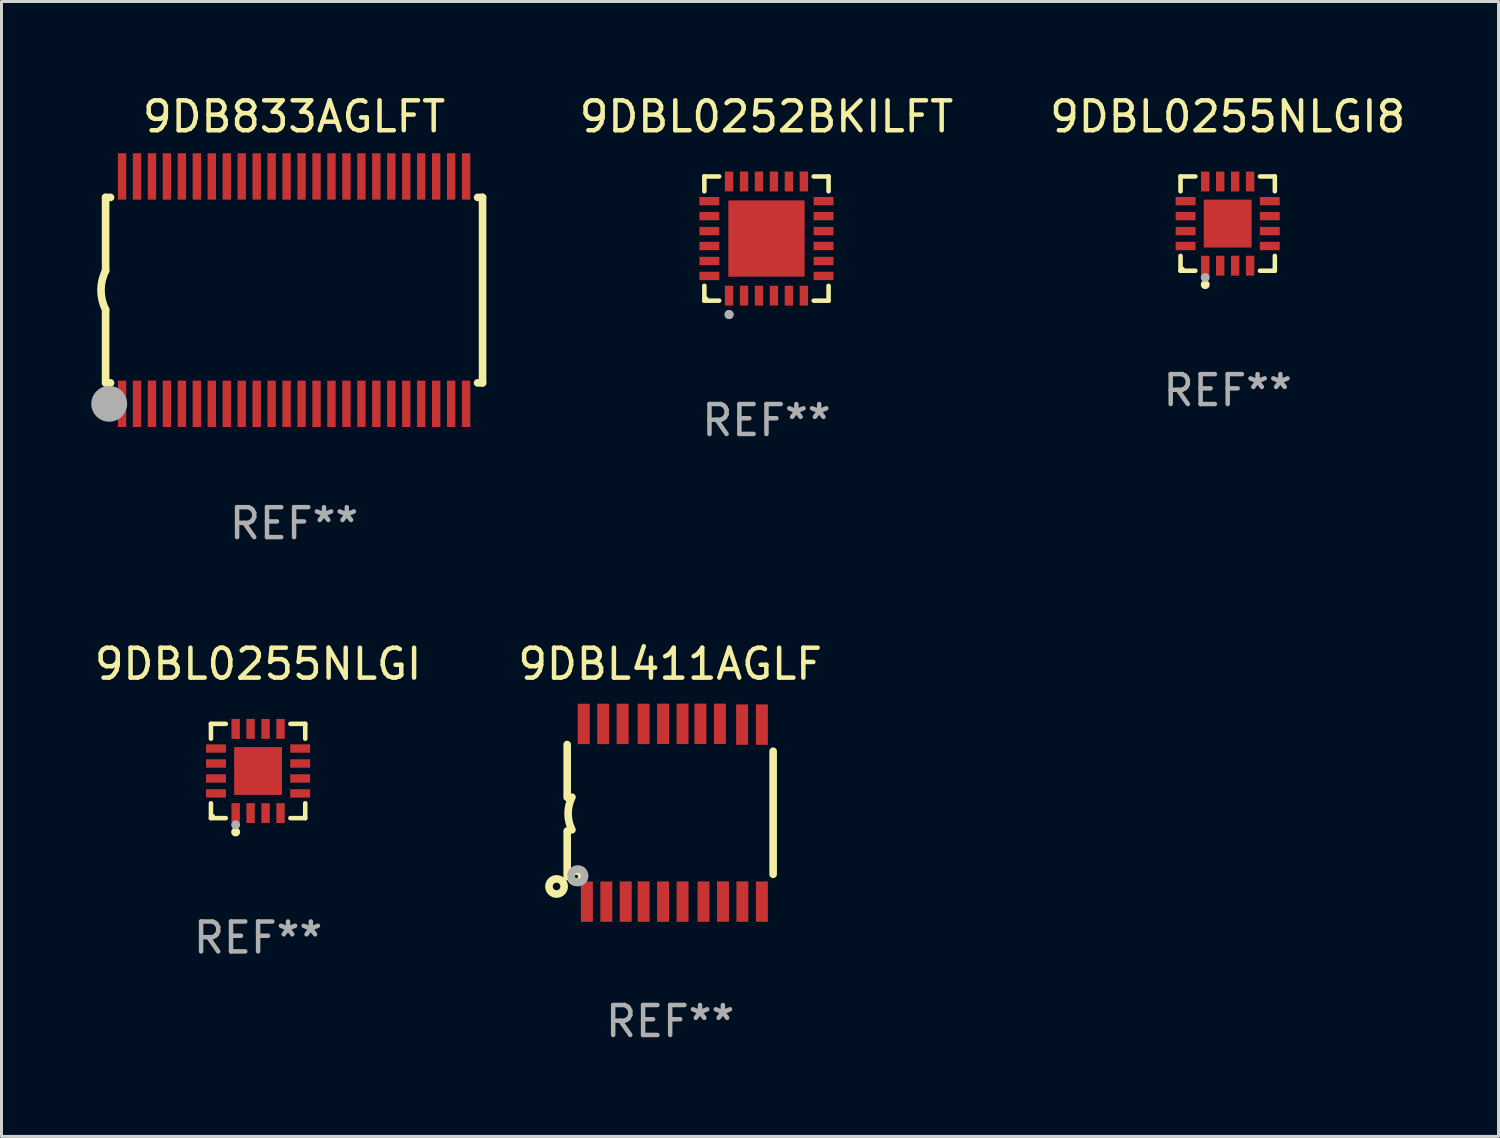
<source format=kicad_pcb>
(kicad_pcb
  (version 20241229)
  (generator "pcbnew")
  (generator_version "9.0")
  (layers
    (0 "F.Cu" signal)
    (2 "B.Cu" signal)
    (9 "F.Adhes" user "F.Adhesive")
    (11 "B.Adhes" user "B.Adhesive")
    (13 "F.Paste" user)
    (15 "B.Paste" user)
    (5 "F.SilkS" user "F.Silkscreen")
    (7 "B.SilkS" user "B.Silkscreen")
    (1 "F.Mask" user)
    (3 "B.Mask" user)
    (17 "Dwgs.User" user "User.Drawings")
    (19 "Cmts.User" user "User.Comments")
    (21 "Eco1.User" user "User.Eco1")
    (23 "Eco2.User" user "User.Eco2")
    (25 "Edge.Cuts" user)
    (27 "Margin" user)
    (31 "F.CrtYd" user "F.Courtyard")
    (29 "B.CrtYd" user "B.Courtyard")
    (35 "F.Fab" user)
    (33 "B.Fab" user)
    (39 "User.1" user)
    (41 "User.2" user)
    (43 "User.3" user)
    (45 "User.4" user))
  (footprint "9DBL0255NLGI8"
    (layer "F.Cu")
    (at 37.987 4.424)
    (property "Reference" "9DBL0255NLGI8" (at 0 -3.576 0) (layer "F.SilkS") (effects (font (size 1 1) (thickness 0.15))))
    (attr through_hole)
    (fp_line (start -1.576 -1.576) (end -1.08 -1.576) (stroke (width 0.152) (type solid)) (layer "F.SilkS"))
    (fp_line (start -1.576 -1.08) (end -1.576 -1.576) (stroke (width 0.152) (type solid)) (layer "F.SilkS"))
    (fp_line (start -1.576 1.08) (end -1.576 1.576) (stroke (width 0.152) (type solid)) (layer "F.SilkS"))
    (fp_line (start -1.576 1.576) (end -1.08 1.576) (stroke (width 0.152) (type solid)) (layer "F.SilkS"))
    (fp_line (start 1.576 -1.576) (end 1.08 -1.576) (stroke (width 0.152) (type solid)) (layer "F.SilkS"))
    (fp_line (start 1.576 -1.08) (end 1.576 -1.576) (stroke (width 0.152) (type solid)) (layer "F.SilkS"))
    (fp_line (start 1.576 1.08) (end 1.576 1.576) (stroke (width 0.152) (type solid)) (layer "F.SilkS"))
    (fp_line (start 1.576 1.576) (end 1.08 1.576) (stroke (width 0.152) (type solid)) (layer "F.SilkS"))
    (fp_circle (center -1.5 1.5) (end -1.47 1.5) (stroke (width 0.06) (type solid)) (fill no) (layer "F.SilkS"))
    (fp_circle (center -0.75 2.04) (end -0.675 2.04) (stroke (width 0.15) (type solid)) (fill no) (layer "F.SilkS"))
    (fp_circle (center -0.75 1.8) (end -0.675 1.8) (stroke (width 0.15) (type solid)) (fill no) (layer "F.Fab"))
    (fp_text user "REF**" (at 0 5.576 0) (layer "F.Fab") (effects (font (size 1 1) (thickness 0.15))))
    (pad "1" smd rect (at -0.75 1.407) (size 0.28 0.665) (layers "F.Cu" "F.Mask" "F.Paste"))
    (pad "2" smd rect (at -0.25 1.407) (size 0.28 0.665) (layers "F.Cu" "F.Mask" "F.Paste"))
    (pad "3" smd rect (at 0.25 1.407) (size 0.28 0.665) (layers "F.Cu" "F.Mask" "F.Paste"))
    (pad "4" smd rect (at 0.75 1.407) (size 0.28 0.665) (layers "F.Cu" "F.Mask" "F.Paste"))
    (pad "5" smd rect (at 1.407 0.75) (size 0.665 0.28) (layers "F.Cu" "F.Mask" "F.Paste"))
    (pad "6" smd rect (at 1.407 0.25) (size 0.665 0.28) (layers "F.Cu" "F.Mask" "F.Paste"))
    (pad "7" smd rect (at 1.407 -0.25) (size 0.665 0.28) (layers "F.Cu" "F.Mask" "F.Paste"))
    (pad "8" smd rect (at 1.407 -0.75) (size 0.665 0.28) (layers "F.Cu" "F.Mask" "F.Paste"))
    (pad "9" smd rect (at 0.75 -1.407) (size 0.28 0.665) (layers "F.Cu" "F.Mask" "F.Paste"))
    (pad "10" smd rect (at 0.25 -1.407) (size 0.28 0.665) (layers "F.Cu" "F.Mask" "F.Paste"))
    (pad "11" smd rect (at -0.25 -1.407) (size 0.28 0.665) (layers "F.Cu" "F.Mask" "F.Paste"))
    (pad "12" smd rect (at -0.75 -1.407) (size 0.28 0.665) (layers "F.Cu" "F.Mask" "F.Paste"))
    (pad "13" smd rect (at -1.407 -0.75) (size 0.665 0.28) (layers "F.Cu" "F.Mask" "F.Paste"))
    (pad "14" smd rect (at -1.407 -0.25) (size 0.665 0.28) (layers "F.Cu" "F.Mask" "F.Paste"))
    (pad "15" smd rect (at -1.407 0.25) (size 0.665 0.28) (layers "F.Cu" "F.Mask" "F.Paste"))
    (pad "16" smd rect (at -1.407 0.75) (size 0.665 0.28) (layers "F.Cu" "F.Mask" "F.Paste"))
    (pad "17" smd rect (at 0 0) (size 1.6 1.6) (layers "F.Cu" "F.Mask" "F.Paste")))
  (footprint "9DBL411AGLF"
    (layer "F.Cu")
    (at 19.351 24.117)
    (property "Reference" "9DBL411AGLF" (at 0 -4.972 0) (layer "F.SilkS") (effects (font (size 1 1) (thickness 0.15))))
    (attr through_hole)
    (fp_line (start -3.442 -0.514) (end -3.442 -2.28) (stroke (width 0.254) (type solid)) (layer "F.SilkS"))
    (fp_line (start -3.442 0.61) (end -3.442 2.134) (stroke (width 0.254) (type solid)) (layer "F.SilkS"))
    (fp_line (start 3.442 -2.057) (end 3.442 2.057) (stroke (width 0.254) (type solid)) (layer "F.SilkS"))
    (fp_arc (start -3.282957 0.571502) (mid -3.411874 0.0254) (end -3.282957 -0.520701) (stroke (width 0.254001) (type solid)) (layer "F.SilkS"))
    (fp_circle (center -3.797 2.464) (end -3.543 2.464) (stroke (width 0.254) (type solid)) (fill no) (layer "F.SilkS"))
    (fp_circle (center -3.137 2.134) (end -3.077 2.134) (stroke (width 0.254) (type solid)) (fill no) (layer "F.SilkS"))
    (fp_circle (center -3.086 2.108) (end -2.986 2.108) (stroke (width 0.254) (type solid)) (fill no) (layer "F.Fab"))
    (fp_text user "REF**" (at 0 6.972 0) (layer "F.Fab") (effects (font (size 1 1) (thickness 0.15))))
    (pad "1" smd rect (at -2.784 2.972 90) (size 1.35 0.4) (layers "F.Cu" "F.Mask" "F.Paste"))
    (pad "2" smd rect (at -2.134 2.972 270) (size 1.35 0.4) (layers "F.Cu" "F.Mask" "F.Paste"))
    (pad "3" smd rect (at -1.485 2.971 270) (size 1.35 0.4) (layers "F.Cu" "F.Mask" "F.Paste"))
    (pad "4" smd rect (at -0.886 2.971 270) (size 1.35 0.4) (layers "F.Cu" "F.Mask" "F.Paste"))
    (pad "5" smd rect (at -0.236 2.972 270) (size 1.35 0.4) (layers "F.Cu" "F.Mask" "F.Paste"))
    (pad "6" smd rect (at 0.414 2.97 270) (size 1.35 0.4) (layers "F.Cu" "F.Mask" "F.Paste"))
    (pad "7" smd rect (at 1.115 2.97 270) (size 1.35 0.4) (layers "F.Cu" "F.Mask" "F.Paste"))
    (pad "8" smd rect (at 1.765 2.969 270) (size 1.35 0.4) (layers "F.Cu" "F.Mask" "F.Paste"))
    (pad "9" smd rect (at 2.415 2.969 270) (size 1.35 0.4) (layers "F.Cu" "F.Mask" "F.Paste"))
    (pad "10" smd rect (at 3.066 2.972 270) (size 1.35 0.4) (layers "F.Cu" "F.Mask" "F.Paste"))
    (pad "11" smd rect (at 3.066 -2.947 270) (size 1.35 0.4) (layers "F.Cu" "F.Mask" "F.Paste"))
    (pad "12" smd rect (at 2.405 -2.947 270) (size 1.35 0.4) (layers "F.Cu" "F.Mask" "F.Paste"))
    (pad "13" smd rect (at 1.662 -2.972 90) (size 1.35 0.4) (layers "F.Cu" "F.Mask" "F.Paste"))
    (pad "14" smd rect (at 1.012 -2.972 90) (size 1.35 0.4) (layers "F.Cu" "F.Mask" "F.Paste"))
    (pad "15" smd rect (at 0.414 -2.971 90) (size 1.35 0.4) (layers "F.Cu" "F.Mask" "F.Paste"))
    (pad "16" smd rect (at -0.236 -2.972 90) (size 1.35 0.4) (layers "F.Cu" "F.Mask" "F.Paste"))
    (pad "17" smd rect (at -0.886 -2.97 90) (size 1.35 0.4) (layers "F.Cu" "F.Mask" "F.Paste"))
    (pad "18" smd rect (at -1.588 -2.97 90) (size 1.35 0.4) (layers "F.Cu" "F.Mask" "F.Paste"))
    (pad "19" smd rect (at -2.238 -2.97 90) (size 1.35 0.4) (layers "F.Cu" "F.Mask" "F.Paste"))
    (pad "20" smd rect (at -2.888 -2.969 90) (size 1.35 0.4) (layers "F.Cu" "F.Mask" "F.Paste")))
  (footprint "9DB833AGLFT"
    (layer "F.Cu")
    (at 6.78 6.648)
    (property "Reference" "9DB833AGLFT" (at 0 -5.8 0) (layer "F.SilkS") (effects (font (size 1 1) (thickness 0.15))))
    (attr through_hole)
    (fp_line (start -6.3 -3.1) (end -6.3 -0.65) (stroke (width 0.254) (type solid)) (layer "F.SilkS"))
    (fp_line (start -6.3 -3.1) (end -6.134 -3.1) (stroke (width 0.254) (type solid)) (layer "F.SilkS"))
    (fp_line (start -6.3 3.1) (end -6.3 0.65) (stroke (width 0.254) (type solid)) (layer "F.SilkS"))
    (fp_line (start -6.3 3.1) (end -6.134 3.1) (stroke (width 0.254) (type solid)) (layer "F.SilkS"))
    (fp_line (start 6.134 -3.1) (end 6.3 -3.1) (stroke (width 0.254) (type solid)) (layer "F.SilkS"))
    (fp_line (start 6.134 3.1) (end 6.3 3.1) (stroke (width 0.254) (type solid)) (layer "F.SilkS"))
    (fp_line (start 6.3 -3.1) (end 6.3 3.1) (stroke (width 0.254) (type solid)) (layer "F.SilkS"))
    (fp_arc (start -6.301016 0.650114) (mid -6.45413 -0.000082) (end -6.3 -0.650038) (stroke (width 0.254001) (type solid)) (layer "F.SilkS"))
    (fp_circle (center -6.35 3.81) (end -6.223 3.81) (stroke (width 0.254) (type solid)) (fill no) (layer "F.SilkS"))
    (fp_circle (center -6.25 4.05) (end -6.22 4.05) (stroke (width 0.06) (type solid)) (fill no) (layer "F.SilkS"))
    (fp_circle (center -6.18 3.8) (end -5.88 3.8) (stroke (width 0.6) (type solid)) (fill no) (layer "F.Fab"))
    (fp_text user "REF**" (at 0 7.8 0) (layer "F.Fab") (effects (font (size 1 1) (thickness 0.15))))
    (pad "1" smd rect (at -5.75 3.8) (size 0.28 1.55) (layers "F.Cu" "F.Mask" "F.Paste"))
    (pad "2" smd rect (at -5.25 3.8) (size 0.28 1.55) (layers "F.Cu" "F.Mask" "F.Paste"))
    (pad "3" smd rect (at -4.75 3.8) (size 0.28 1.55) (layers "F.Cu" "F.Mask" "F.Paste"))
    (pad "4" smd rect (at -4.25 3.8) (size 0.28 1.55) (layers "F.Cu" "F.Mask" "F.Paste"))
    (pad "5" smd rect (at -3.75 3.8) (size 0.28 1.55) (layers "F.Cu" "F.Mask" "F.Paste"))
    (pad "6" smd rect (at -3.25 3.8) (size 0.28 1.55) (layers "F.Cu" "F.Mask" "F.Paste"))
    (pad "7" smd rect (at -2.75 3.8) (size 0.28 1.55) (layers "F.Cu" "F.Mask" "F.Paste"))
    (pad "8" smd rect (at -2.25 3.8) (size 0.28 1.55) (layers "F.Cu" "F.Mask" "F.Paste"))
    (pad "9" smd rect (at -1.75 3.8) (size 0.28 1.55) (layers "F.Cu" "F.Mask" "F.Paste"))
    (pad "10" smd rect (at -1.25 3.8) (size 0.28 1.55) (layers "F.Cu" "F.Mask" "F.Paste"))
    (pad "11" smd rect (at -0.75 3.8) (size 0.28 1.55) (layers "F.Cu" "F.Mask" "F.Paste"))
    (pad "12" smd rect (at -0.25 3.8) (size 0.28 1.55) (layers "F.Cu" "F.Mask" "F.Paste"))
    (pad "13" smd rect (at 0.25 3.8) (size 0.28 1.55) (layers "F.Cu" "F.Mask" "F.Paste"))
    (pad "14" smd rect (at 0.75 3.8) (size 0.28 1.55) (layers "F.Cu" "F.Mask" "F.Paste"))
    (pad "15" smd rect (at 1.25 3.8) (size 0.28 1.55) (layers "F.Cu" "F.Mask" "F.Paste"))
    (pad "16" smd rect (at 1.75 3.8) (size 0.28 1.55) (layers "F.Cu" "F.Mask" "F.Paste"))
    (pad "17" smd rect (at 2.25 3.8) (size 0.28 1.55) (layers "F.Cu" "F.Mask" "F.Paste"))
    (pad "18" smd rect (at 2.75 3.8) (size 0.28 1.55) (layers "F.Cu" "F.Mask" "F.Paste"))
    (pad "19" smd rect (at 3.25 3.8) (size 0.28 1.55) (layers "F.Cu" "F.Mask" "F.Paste"))
    (pad "20" smd rect (at 3.75 3.8) (size 0.28 1.55) (layers "F.Cu" "F.Mask" "F.Paste"))
    (pad "21" smd rect (at 4.25 3.8) (size 0.28 1.55) (layers "F.Cu" "F.Mask" "F.Paste"))
    (pad "22" smd rect (at 4.75 3.8) (size 0.28 1.55) (layers "F.Cu" "F.Mask" "F.Paste"))
    (pad "23" smd rect (at 5.25 3.8) (size 0.28 1.55) (layers "F.Cu" "F.Mask" "F.Paste"))
    (pad "24" smd rect (at 5.75 3.8) (size 0.28 1.55) (layers "F.Cu" "F.Mask" "F.Paste"))
    (pad "25" smd rect (at 5.75 -3.8) (size 0.28 1.55) (layers "F.Cu" "F.Mask" "F.Paste"))
    (pad "26" smd rect (at 5.25 -3.8) (size 0.28 1.55) (layers "F.Cu" "F.Mask" "F.Paste"))
    (pad "27" smd rect (at 4.75 -3.8) (size 0.28 1.55) (layers "F.Cu" "F.Mask" "F.Paste"))
    (pad "28" smd rect (at 4.25 -3.8) (size 0.28 1.55) (layers "F.Cu" "F.Mask" "F.Paste"))
    (pad "29" smd rect (at 3.75 -3.8) (size 0.28 1.55) (layers "F.Cu" "F.Mask" "F.Paste"))
    (pad "30" smd rect (at 3.25 -3.8) (size 0.28 1.55) (layers "F.Cu" "F.Mask" "F.Paste"))
    (pad "31" smd rect (at 2.75 -3.8) (size 0.28 1.55) (layers "F.Cu" "F.Mask" "F.Paste"))
    (pad "32" smd rect (at 2.25 -3.8) (size 0.28 1.55) (layers "F.Cu" "F.Mask" "F.Paste"))
    (pad "33" smd rect (at 1.75 -3.8) (size 0.28 1.55) (layers "F.Cu" "F.Mask" "F.Paste"))
    (pad "34" smd rect (at 1.25 -3.8) (size 0.28 1.55) (layers "F.Cu" "F.Mask" "F.Paste"))
    (pad "35" smd rect (at 0.75 -3.8) (size 0.28 1.55) (layers "F.Cu" "F.Mask" "F.Paste"))
    (pad "36" smd rect (at 0.25 -3.8) (size 0.28 1.55) (layers "F.Cu" "F.Mask" "F.Paste"))
    (pad "37" smd rect (at -0.25 -3.8) (size 0.28 1.55) (layers "F.Cu" "F.Mask" "F.Paste"))
    (pad "38" smd rect (at -0.75 -3.8) (size 0.28 1.55) (layers "F.Cu" "F.Mask" "F.Paste"))
    (pad "39" smd rect (at -1.25 -3.8) (size 0.28 1.55) (layers "F.Cu" "F.Mask" "F.Paste"))
    (pad "40" smd rect (at -1.75 -3.8) (size 0.28 1.55) (layers "F.Cu" "F.Mask" "F.Paste"))
    (pad "41" smd rect (at -2.25 -3.8) (size 0.28 1.55) (layers "F.Cu" "F.Mask" "F.Paste"))
    (pad "42" smd rect (at -2.75 -3.8) (size 0.28 1.55) (layers "F.Cu" "F.Mask" "F.Paste"))
    (pad "43" smd rect (at -3.25 -3.8) (size 0.28 1.55) (layers "F.Cu" "F.Mask" "F.Paste"))
    (pad "44" smd rect (at -3.75 -3.8) (size 0.28 1.55) (layers "F.Cu" "F.Mask" "F.Paste"))
    (pad "45" smd rect (at -4.25 -3.8) (size 0.28 1.55) (layers "F.Cu" "F.Mask" "F.Paste"))
    (pad "46" smd rect (at -4.75 -3.8) (size 0.28 1.55) (layers "F.Cu" "F.Mask" "F.Paste"))
    (pad "47" smd rect (at -5.25 -3.8) (size 0.28 1.55) (layers "F.Cu" "F.Mask" "F.Paste"))
    (pad "48" smd rect (at -5.75 -3.8) (size 0.28 1.55) (layers "F.Cu" "F.Mask" "F.Paste")))
  (footprint "9DBL0252BKILFT"
    (layer "F.Cu")
    (at 22.57 4.924)
    (property "Reference" "9DBL0252BKILFT" (at 0 -4.076 0) (layer "F.SilkS") (effects (font (size 1 1) (thickness 0.15))))
    (attr through_hole)
    (fp_line (start -2.076 -2.076) (end -1.58 -2.076) (stroke (width 0.152) (type solid)) (layer "F.SilkS"))
    (fp_line (start -2.076 -1.58) (end -2.076 -2.076) (stroke (width 0.152) (type solid)) (layer "F.SilkS"))
    (fp_line (start -2.076 1.58) (end -2.076 2.076) (stroke (width 0.152) (type solid)) (layer "F.SilkS"))
    (fp_line (start -2.076 2.076) (end -1.58 2.076) (stroke (width 0.152) (type solid)) (layer "F.SilkS"))
    (fp_line (start 2.076 -2.076) (end 1.58 -2.076) (stroke (width 0.152) (type solid)) (layer "F.SilkS"))
    (fp_line (start 2.076 -1.58) (end 2.076 -2.076) (stroke (width 0.152) (type solid)) (layer "F.SilkS"))
    (fp_line (start 2.076 1.58) (end 2.076 2.076) (stroke (width 0.152) (type solid)) (layer "F.SilkS"))
    (fp_line (start 2.076 2.076) (end 1.58 2.076) (stroke (width 0.152) (type solid)) (layer "F.SilkS"))
    (fp_circle (center -2 2) (end -1.97 2) (stroke (width 0.06) (type solid)) (fill no) (layer "F.SilkS"))
    (fp_circle (center -1.25 2.54) (end -1.175 2.54) (stroke (width 0.15) (type solid)) (fill no) (layer "F.SilkS"))
    (fp_circle (center -1.25 2.54) (end -1.175 2.54) (stroke (width 0.15) (type solid)) (fill no) (layer "F.Fab"))
    (fp_text user "REF**" (at 0 6.076 0) (layer "F.Fab") (effects (font (size 1 1) (thickness 0.15))))
    (pad "1" smd rect (at -1.25 1.908) (size 0.28 0.665) (layers "F.Cu" "F.Mask" "F.Paste"))
    (pad "2" smd rect (at -0.75 1.908) (size 0.28 0.665) (layers "F.Cu" "F.Mask" "F.Paste"))
    (pad "3" smd rect (at -0.25 1.908) (size 0.28 0.665) (layers "F.Cu" "F.Mask" "F.Paste"))
    (pad "4" smd rect (at 0.25 1.908) (size 0.28 0.665) (layers "F.Cu" "F.Mask" "F.Paste"))
    (pad "5" smd rect (at 0.75 1.908) (size 0.28 0.665) (layers "F.Cu" "F.Mask" "F.Paste"))
    (pad "6" smd rect (at 1.25 1.908) (size 0.28 0.665) (layers "F.Cu" "F.Mask" "F.Paste"))
    (pad "7" smd rect (at 1.908 1.25) (size 0.665 0.28) (layers "F.Cu" "F.Mask" "F.Paste"))
    (pad "8" smd rect (at 1.908 0.75) (size 0.665 0.28) (layers "F.Cu" "F.Mask" "F.Paste"))
    (pad "9" smd rect (at 1.908 0.25) (size 0.665 0.28) (layers "F.Cu" "F.Mask" "F.Paste"))
    (pad "10" smd rect (at 1.908 -0.25) (size 0.665 0.28) (layers "F.Cu" "F.Mask" "F.Paste"))
    (pad "11" smd rect (at 1.908 -0.75) (size 0.665 0.28) (layers "F.Cu" "F.Mask" "F.Paste"))
    (pad "12" smd rect (at 1.908 -1.25) (size 0.665 0.28) (layers "F.Cu" "F.Mask" "F.Paste"))
    (pad "13" smd rect (at 1.25 -1.908) (size 0.28 0.665) (layers "F.Cu" "F.Mask" "F.Paste"))
    (pad "14" smd rect (at 0.75 -1.908) (size 0.28 0.665) (layers "F.Cu" "F.Mask" "F.Paste"))
    (pad "15" smd rect (at 0.25 -1.908) (size 0.28 0.665) (layers "F.Cu" "F.Mask" "F.Paste"))
    (pad "16" smd rect (at -0.25 -1.908) (size 0.28 0.665) (layers "F.Cu" "F.Mask" "F.Paste"))
    (pad "17" smd rect (at -0.75 -1.908) (size 0.28 0.665) (layers "F.Cu" "F.Mask" "F.Paste"))
    (pad "18" smd rect (at -1.25 -1.908) (size 0.28 0.665) (layers "F.Cu" "F.Mask" "F.Paste"))
    (pad "19" smd rect (at -1.908 -1.25) (size 0.665 0.28) (layers "F.Cu" "F.Mask" "F.Paste"))
    (pad "20" smd rect (at -1.908 -0.75) (size 0.665 0.28) (layers "F.Cu" "F.Mask" "F.Paste"))
    (pad "21" smd rect (at -1.908 -0.25) (size 0.665 0.28) (layers "F.Cu" "F.Mask" "F.Paste"))
    (pad "22" smd rect (at -1.908 0.25) (size 0.665 0.28) (layers "F.Cu" "F.Mask" "F.Paste"))
    (pad "23" smd rect (at -1.908 0.75) (size 0.665 0.28) (layers "F.Cu" "F.Mask" "F.Paste"))
    (pad "24" smd rect (at -1.908 1.25) (size 0.665 0.28) (layers "F.Cu" "F.Mask" "F.Paste"))
    (pad "25" smd rect (at 0 0) (size 2.55 2.55) (layers "F.Cu" "F.Mask" "F.Paste")))
  (footprint "9DBL0255NLGI"
    (layer "F.Cu")
    (at 5.577 22.721)
    (property "Reference" "9DBL0255NLGI" (at 0 -3.576 0) (layer "F.SilkS") (effects (font (size 1 1) (thickness 0.15))))
    (attr through_hole)
    (fp_line (start -1.576 -1.576) (end -1.08 -1.576) (stroke (width 0.152) (type solid)) (layer "F.SilkS"))
    (fp_line (start -1.576 -1.08) (end -1.576 -1.576) (stroke (width 0.152) (type solid)) (layer "F.SilkS"))
    (fp_line (start -1.576 1.08) (end -1.576 1.576) (stroke (width 0.152) (type solid)) (layer "F.SilkS"))
    (fp_line (start -1.576 1.576) (end -1.08 1.576) (stroke (width 0.152) (type solid)) (layer "F.SilkS"))
    (fp_line (start 1.576 -1.576) (end 1.08 -1.576) (stroke (width 0.152) (type solid)) (layer "F.SilkS"))
    (fp_line (start 1.576 -1.08) (end 1.576 -1.576) (stroke (width 0.152) (type solid)) (layer "F.SilkS"))
    (fp_line (start 1.576 1.08) (end 1.576 1.576) (stroke (width 0.152) (type solid)) (layer "F.SilkS"))
    (fp_line (start 1.576 1.576) (end 1.08 1.576) (stroke (width 0.152) (type solid)) (layer "F.SilkS"))
    (fp_circle (center -1.5 1.5) (end -1.47 1.5) (stroke (width 0.06) (type solid)) (fill no) (layer "F.SilkS"))
    (fp_circle (center -0.75 2.04) (end -0.675 2.04) (stroke (width 0.15) (type solid)) (fill no) (layer "F.SilkS"))
    (fp_circle (center -0.75 1.8) (end -0.675 1.8) (stroke (width 0.15) (type solid)) (fill no) (layer "F.Fab"))
    (fp_text user "REF**" (at 0 5.576 0) (layer "F.Fab") (effects (font (size 1 1) (thickness 0.15))))
    (pad "1" smd rect (at -0.75 1.407) (size 0.28 0.665) (layers "F.Cu" "F.Mask" "F.Paste"))
    (pad "2" smd rect (at -0.25 1.407) (size 0.28 0.665) (layers "F.Cu" "F.Mask" "F.Paste"))
    (pad "3" smd rect (at 0.25 1.407) (size 0.28 0.665) (layers "F.Cu" "F.Mask" "F.Paste"))
    (pad "4" smd rect (at 0.75 1.407) (size 0.28 0.665) (layers "F.Cu" "F.Mask" "F.Paste"))
    (pad "5" smd rect (at 1.407 0.75) (size 0.665 0.28) (layers "F.Cu" "F.Mask" "F.Paste"))
    (pad "6" smd rect (at 1.407 0.25) (size 0.665 0.28) (layers "F.Cu" "F.Mask" "F.Paste"))
    (pad "7" smd rect (at 1.407 -0.25) (size 0.665 0.28) (layers "F.Cu" "F.Mask" "F.Paste"))
    (pad "8" smd rect (at 1.407 -0.75) (size 0.665 0.28) (layers "F.Cu" "F.Mask" "F.Paste"))
    (pad "9" smd rect (at 0.75 -1.407) (size 0.28 0.665) (layers "F.Cu" "F.Mask" "F.Paste"))
    (pad "10" smd rect (at 0.25 -1.407) (size 0.28 0.665) (layers "F.Cu" "F.Mask" "F.Paste"))
    (pad "11" smd rect (at -0.25 -1.407) (size 0.28 0.665) (layers "F.Cu" "F.Mask" "F.Paste"))
    (pad "12" smd rect (at -0.75 -1.407) (size 0.28 0.665) (layers "F.Cu" "F.Mask" "F.Paste"))
    (pad "13" smd rect (at -1.407 -0.75) (size 0.665 0.28) (layers "F.Cu" "F.Mask" "F.Paste"))
    (pad "14" smd rect (at -1.407 -0.25) (size 0.665 0.28) (layers "F.Cu" "F.Mask" "F.Paste"))
    (pad "15" smd rect (at -1.407 0.25) (size 0.665 0.28) (layers "F.Cu" "F.Mask" "F.Paste"))
    (pad "16" smd rect (at -1.407 0.75) (size 0.665 0.28) (layers "F.Cu" "F.Mask" "F.Paste"))
    (pad "17" smd rect (at 0 0) (size 1.6 1.6) (layers "F.Cu" "F.Mask" "F.Paste")))
  (gr_rect
    (start -3 -3)
    (end 47.04 34.937)
    (stroke (width 0.1) (type default))
    (fill no)
    (layer "Edge.Cuts")))
</source>
